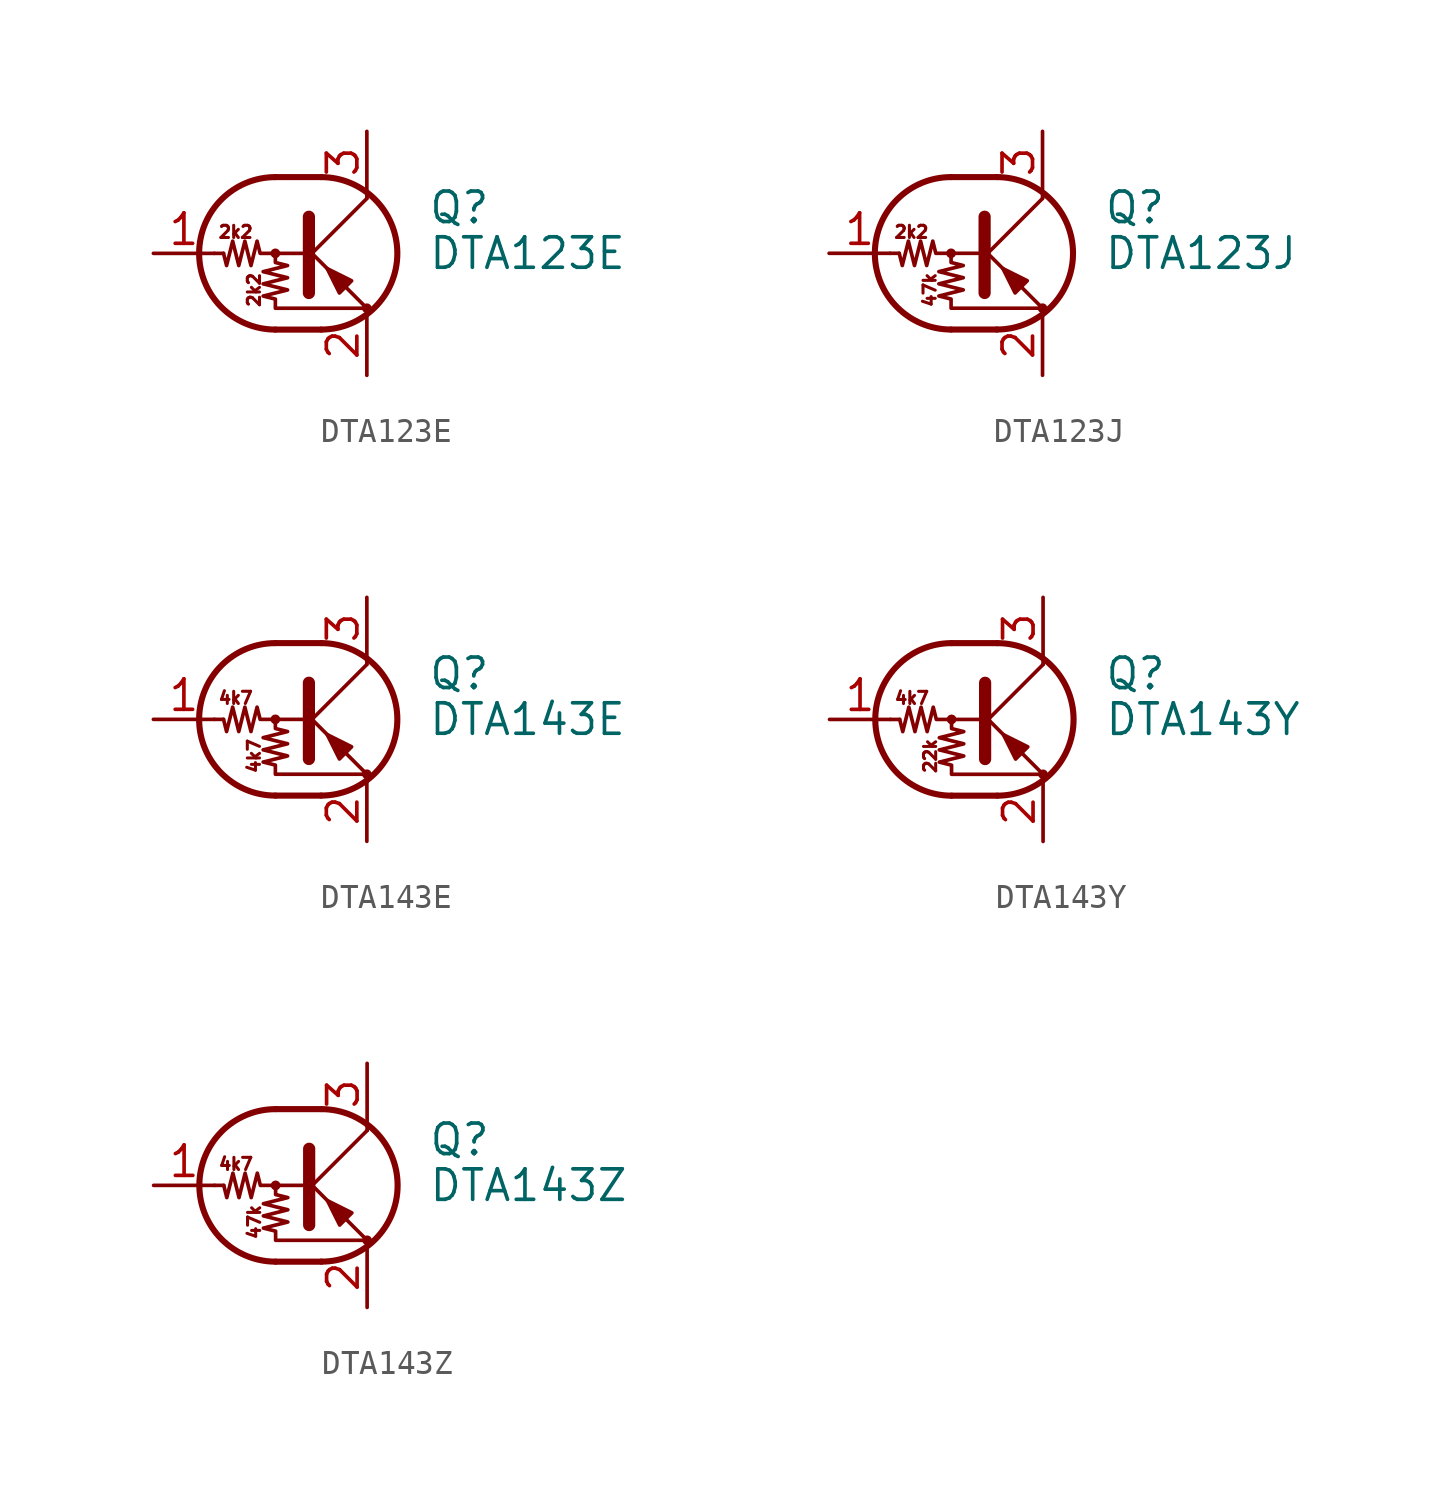
<source format=kicad_sym>
(kicad_symbol_lib
  (version 20211014)
  (generator kicad_symbol_editor)
  (symbol "DTA123E"
    (pin_names
      (offset 0) hide)
    (property "Reference" "Q"
      (at 5.08 1.905 0)
      (effects (font (size 1.27 1.27)) (justify left)))
    (property "Value" "DTA123E"
      (at 5.08 0 0)
      (effects (font (size 1.27 1.27)) (justify left)))
    (symbol "DTA123E_0_0"
      (text "2k2" (at -2.921 0.889 0) (effects (font (size 0.508 0.508))))
      (text "2k2" (at -2.159 -1.524 900) (effects (font (size 0.508 0.508)))))
    (symbol "DTA123E_0_1"
      (circle (center -1.27 0) (radius 0.127) (stroke (width 0) (type default) (color 0 0 0 0)) (fill (type none)))
      (arc (start -1.27 3.175) (mid -4.445 0) (end -1.27 -3.175) (stroke (width 0.254) (type default) (color 0 0 0 0)) (fill (type none)))
      (polyline (pts (xy -3.429 0) (xy -3.81 0)) (stroke (width 0) (type default) (color 0 0 0 0)) (fill (type none)))
      (polyline (pts (xy -1.27 -3.175) (xy 0.635 -3.175)) (stroke (width 0.254) (type default) (color 0 0 0 0)) (fill (type none)))
      (polyline (pts (xy -1.27 3.175) (xy 0.635 3.175)) (stroke (width 0.254) (type default) (color 0 0 0 0)) (fill (type none)))
      (polyline (pts (xy 0 -0.254) (xy 2.54 2.286)) (stroke (width 0) (type default) (color 0 0 0 0)) (fill (type none)))
      (polyline (pts (xy 0.127 1.524) (xy 0.127 -1.651)) (stroke (width 0.508) (type default) (color 0 0 0 0)) (fill (type outline)))
      (polyline (pts (xy 2.54 2.286) (xy 2.54 2.54)) (stroke (width 0) (type default) (color 0 0 0 0)) (fill (type none)))
      (polyline (pts (xy 2.54 -2.286) (xy 0 0.254) (xy 0 0.254)) (stroke (width 0) (type default) (color 0 0 0 0)) (fill (type none)))
      (polyline (pts (xy 1.397 -1.651) (xy 1.905 -1.143) (xy 0.889 -0.635) (xy 1.397 -1.651)) (stroke (width 0) (type default) (color 0 0 0 0)) (fill (type outline)))
      (polyline (pts (xy 0 0) (xy -1.905 0) (xy -2.032 0.508) (xy -2.286 -0.508) (xy -2.54 0.508) (xy -2.794 -0.508) (xy -3.048 0.508) (xy -3.302 -0.508) (xy -3.429 0)) (stroke (width 0) (type default) (color 0 0 0 0)) (fill (type none)))
      (polyline (pts (xy -1.27 0) (xy -1.27 -0.381) (xy -0.762 -0.508) (xy -1.778 -0.762) (xy -0.762 -1.016) (xy -1.778 -1.27) (xy -0.762 -1.524) (xy -1.778 -1.778) (xy -1.27 -1.905) (xy -1.27 -2.286) (xy 2.54 -2.286)) (stroke (width 0) (type default) (color 0 0 0 0)) (fill (type none)))
      (arc (start 0.635 -3.175) (mid 3.81 0) (end 0.635 3.175) (stroke (width 0.254) (type default) (color 0 0 0 0)) (fill (type none)))
      (circle (center 2.54 -2.286) (radius 0.127) (stroke (width 0) (type default) (color 0 0 0 0)) (fill (type none))))
    (symbol "DTA123E_1_1"
      (pin input line (at -6.35 0 0) (length 2.54) (name "B" (effects (font (size 1.27 1.27)))) (number "1" (effects (font (size 1.27 1.27)))))
      (pin passive line (at 2.54 -5.08 90) (length 2.54) (name "E" (effects (font (size 1.27 1.27)))) (number "2" (effects (font (size 1.27 1.27)))))
      (pin passive line (at 2.54 5.08 270) (length 2.54) (name "C" (effects (font (size 1.27 1.27)))) (number "3" (effects (font (size 1.27 1.27)))))))
  (symbol "DTA123J"
    (pin_names
      (offset 0) hide)
    (property "Reference" "Q"
      (at 5.08 1.905 0)
      (effects (font (size 1.27 1.27)) (justify left)))
    (property "Value" "DTA123J"
      (at 5.08 0 0)
      (effects (font (size 1.27 1.27)) (justify left)))
    (symbol "DTA123J_0_0"
      (text "2k2" (at -2.921 0.889 0) (effects (font (size 0.508 0.508))))
      (text "47k" (at -2.159 -1.524 900) (effects (font (size 0.508 0.508)))))
    (symbol "DTA123J_0_1"
      (circle (center -1.27 0) (radius 0.127) (stroke (width 0) (type default) (color 0 0 0 0)) (fill (type none)))
      (arc (start -1.27 3.175) (mid -4.445 0) (end -1.27 -3.175) (stroke (width 0.254) (type default) (color 0 0 0 0)) (fill (type none)))
      (polyline (pts (xy -3.429 0) (xy -3.81 0)) (stroke (width 0) (type default) (color 0 0 0 0)) (fill (type none)))
      (polyline (pts (xy -1.27 -3.175) (xy 0.635 -3.175)) (stroke (width 0.254) (type default) (color 0 0 0 0)) (fill (type none)))
      (polyline (pts (xy -1.27 3.175) (xy 0.635 3.175)) (stroke (width 0.254) (type default) (color 0 0 0 0)) (fill (type none)))
      (polyline (pts (xy 0 -0.254) (xy 2.54 2.286)) (stroke (width 0) (type default) (color 0 0 0 0)) (fill (type none)))
      (polyline (pts (xy 0.127 1.524) (xy 0.127 -1.651)) (stroke (width 0.508) (type default) (color 0 0 0 0)) (fill (type outline)))
      (polyline (pts (xy 2.54 2.286) (xy 2.54 2.54)) (stroke (width 0) (type default) (color 0 0 0 0)) (fill (type none)))
      (polyline (pts (xy 2.54 -2.286) (xy 0 0.254) (xy 0 0.254)) (stroke (width 0) (type default) (color 0 0 0 0)) (fill (type none)))
      (polyline (pts (xy 1.397 -1.651) (xy 1.905 -1.143) (xy 0.889 -0.635) (xy 1.397 -1.651)) (stroke (width 0) (type default) (color 0 0 0 0)) (fill (type outline)))
      (polyline (pts (xy 0 0) (xy -1.905 0) (xy -2.032 0.508) (xy -2.286 -0.508) (xy -2.54 0.508) (xy -2.794 -0.508) (xy -3.048 0.508) (xy -3.302 -0.508) (xy -3.429 0)) (stroke (width 0) (type default) (color 0 0 0 0)) (fill (type none)))
      (polyline (pts (xy -1.27 0) (xy -1.27 -0.381) (xy -0.762 -0.508) (xy -1.778 -0.762) (xy -0.762 -1.016) (xy -1.778 -1.27) (xy -0.762 -1.524) (xy -1.778 -1.778) (xy -1.27 -1.905) (xy -1.27 -2.286) (xy 2.54 -2.286)) (stroke (width 0) (type default) (color 0 0 0 0)) (fill (type none)))
      (arc (start 0.635 -3.175) (mid 3.81 0) (end 0.635 3.175) (stroke (width 0.254) (type default) (color 0 0 0 0)) (fill (type none)))
      (circle (center 2.54 -2.286) (radius 0.127) (stroke (width 0) (type default) (color 0 0 0 0)) (fill (type none))))
    (symbol "DTA123J_1_1"
      (pin input line (at -6.35 0 0) (length 2.54) (name "B" (effects (font (size 1.27 1.27)))) (number "1" (effects (font (size 1.27 1.27)))))
      (pin passive line (at 2.54 -5.08 90) (length 2.54) (name "E" (effects (font (size 1.27 1.27)))) (number "2" (effects (font (size 1.27 1.27)))))
      (pin passive line (at 2.54 5.08 270) (length 2.54) (name "C" (effects (font (size 1.27 1.27)))) (number "3" (effects (font (size 1.27 1.27)))))))
  (symbol "DTA143E"
    (pin_names
      (offset 0) hide)
    (property "Reference" "Q"
      (at 5.08 1.905 0)
      (effects (font (size 1.27 1.27)) (justify left)))
    (property "Value" "DTA143E"
      (at 5.08 0 0)
      (effects (font (size 1.27 1.27)) (justify left)))
    (symbol "DTA143E_0_0"
      (text "4k7" (at -2.921 0.889 0) (effects (font (size 0.508 0.508))))
      (text "4k7" (at -2.159 -1.524 900) (effects (font (size 0.508 0.508)))))
    (symbol "DTA143E_0_1"
      (circle (center -1.27 0) (radius 0.127) (stroke (width 0) (type default) (color 0 0 0 0)) (fill (type none)))
      (arc (start -1.27 3.175) (mid -4.445 0) (end -1.27 -3.175) (stroke (width 0.254) (type default) (color 0 0 0 0)) (fill (type none)))
      (polyline (pts (xy -3.429 0) (xy -3.81 0)) (stroke (width 0) (type default) (color 0 0 0 0)) (fill (type none)))
      (polyline (pts (xy -1.27 -3.175) (xy 0.635 -3.175)) (stroke (width 0.254) (type default) (color 0 0 0 0)) (fill (type none)))
      (polyline (pts (xy -1.27 3.175) (xy 0.635 3.175)) (stroke (width 0.254) (type default) (color 0 0 0 0)) (fill (type none)))
      (polyline (pts (xy 0 -0.254) (xy 2.54 2.286)) (stroke (width 0) (type default) (color 0 0 0 0)) (fill (type none)))
      (polyline (pts (xy 0.127 1.524) (xy 0.127 -1.651)) (stroke (width 0.508) (type default) (color 0 0 0 0)) (fill (type outline)))
      (polyline (pts (xy 2.54 2.286) (xy 2.54 2.54)) (stroke (width 0) (type default) (color 0 0 0 0)) (fill (type none)))
      (polyline (pts (xy 2.54 -2.286) (xy 0 0.254) (xy 0 0.254)) (stroke (width 0) (type default) (color 0 0 0 0)) (fill (type none)))
      (polyline (pts (xy 1.397 -1.651) (xy 1.905 -1.143) (xy 0.889 -0.635) (xy 1.397 -1.651)) (stroke (width 0) (type default) (color 0 0 0 0)) (fill (type outline)))
      (polyline (pts (xy 0 0) (xy -1.905 0) (xy -2.032 0.508) (xy -2.286 -0.508) (xy -2.54 0.508) (xy -2.794 -0.508) (xy -3.048 0.508) (xy -3.302 -0.508) (xy -3.429 0)) (stroke (width 0) (type default) (color 0 0 0 0)) (fill (type none)))
      (polyline (pts (xy -1.27 0) (xy -1.27 -0.381) (xy -0.762 -0.508) (xy -1.778 -0.762) (xy -0.762 -1.016) (xy -1.778 -1.27) (xy -0.762 -1.524) (xy -1.778 -1.778) (xy -1.27 -1.905) (xy -1.27 -2.286) (xy 2.54 -2.286)) (stroke (width 0) (type default) (color 0 0 0 0)) (fill (type none)))
      (arc (start 0.635 -3.175) (mid 3.81 0) (end 0.635 3.175) (stroke (width 0.254) (type default) (color 0 0 0 0)) (fill (type none)))
      (circle (center 2.54 -2.286) (radius 0.127) (stroke (width 0) (type default) (color 0 0 0 0)) (fill (type none))))
    (symbol "DTA143E_1_1"
      (pin input line (at -6.35 0 0) (length 2.54) (name "B" (effects (font (size 1.27 1.27)))) (number "1" (effects (font (size 1.27 1.27)))))
      (pin passive line (at 2.54 -5.08 90) (length 2.54) (name "E" (effects (font (size 1.27 1.27)))) (number "2" (effects (font (size 1.27 1.27)))))
      (pin passive line (at 2.54 5.08 270) (length 2.54) (name "C" (effects (font (size 1.27 1.27)))) (number "3" (effects (font (size 1.27 1.27)))))))
  (symbol "DTA143Y"
    (pin_names
      (offset 0) hide)
    (property "Reference" "Q"
      (at 5.08 1.905 0)
      (effects (font (size 1.27 1.27)) (justify left)))
    (property "Value" "DTA143Y"
      (at 5.08 0 0)
      (effects (font (size 1.27 1.27)) (justify left)))
    (symbol "DTA143Y_0_0"
      (text "22k" (at -2.159 -1.524 900) (effects (font (size 0.508 0.508))))
      (text "4k7" (at -2.921 0.889 0) (effects (font (size 0.508 0.508)))))
    (symbol "DTA143Y_0_1"
      (circle (center -1.27 0) (radius 0.127) (stroke (width 0) (type default) (color 0 0 0 0)) (fill (type none)))
      (arc (start -1.27 3.175) (mid -4.445 0) (end -1.27 -3.175) (stroke (width 0.254) (type default) (color 0 0 0 0)) (fill (type none)))
      (polyline (pts (xy -3.429 0) (xy -3.81 0)) (stroke (width 0) (type default) (color 0 0 0 0)) (fill (type none)))
      (polyline (pts (xy -1.27 -3.175) (xy 0.635 -3.175)) (stroke (width 0.254) (type default) (color 0 0 0 0)) (fill (type none)))
      (polyline (pts (xy -1.27 3.175) (xy 0.635 3.175)) (stroke (width 0.254) (type default) (color 0 0 0 0)) (fill (type none)))
      (polyline (pts (xy 0 -0.254) (xy 2.54 2.286)) (stroke (width 0) (type default) (color 0 0 0 0)) (fill (type none)))
      (polyline (pts (xy 0.127 1.524) (xy 0.127 -1.651)) (stroke (width 0.508) (type default) (color 0 0 0 0)) (fill (type outline)))
      (polyline (pts (xy 2.54 2.286) (xy 2.54 2.54)) (stroke (width 0) (type default) (color 0 0 0 0)) (fill (type none)))
      (polyline (pts (xy 2.54 -2.286) (xy 0 0.254) (xy 0 0.254)) (stroke (width 0) (type default) (color 0 0 0 0)) (fill (type none)))
      (polyline (pts (xy 1.397 -1.651) (xy 1.905 -1.143) (xy 0.889 -0.635) (xy 1.397 -1.651)) (stroke (width 0) (type default) (color 0 0 0 0)) (fill (type outline)))
      (polyline (pts (xy 0 0) (xy -1.905 0) (xy -2.032 0.508) (xy -2.286 -0.508) (xy -2.54 0.508) (xy -2.794 -0.508) (xy -3.048 0.508) (xy -3.302 -0.508) (xy -3.429 0)) (stroke (width 0) (type default) (color 0 0 0 0)) (fill (type none)))
      (polyline (pts (xy -1.27 0) (xy -1.27 -0.381) (xy -0.762 -0.508) (xy -1.778 -0.762) (xy -0.762 -1.016) (xy -1.778 -1.27) (xy -0.762 -1.524) (xy -1.778 -1.778) (xy -1.27 -1.905) (xy -1.27 -2.286) (xy 2.54 -2.286)) (stroke (width 0) (type default) (color 0 0 0 0)) (fill (type none)))
      (arc (start 0.635 -3.175) (mid 3.81 0) (end 0.635 3.175) (stroke (width 0.254) (type default) (color 0 0 0 0)) (fill (type none)))
      (circle (center 2.54 -2.286) (radius 0.127) (stroke (width 0) (type default) (color 0 0 0 0)) (fill (type none))))
    (symbol "DTA143Y_1_1"
      (pin input line (at -6.35 0 0) (length 2.54) (name "B" (effects (font (size 1.27 1.27)))) (number "1" (effects (font (size 1.27 1.27)))))
      (pin passive line (at 2.54 -5.08 90) (length 2.54) (name "E" (effects (font (size 1.27 1.27)))) (number "2" (effects (font (size 1.27 1.27)))))
      (pin passive line (at 2.54 5.08 270) (length 2.54) (name "C" (effects (font (size 1.27 1.27)))) (number "3" (effects (font (size 1.27 1.27)))))))
  (symbol "DTA143Z"
    (pin_names
      (offset 0) hide)
    (property "Reference" "Q"
      (at 5.08 1.905 0)
      (effects (font (size 1.27 1.27)) (justify left)))
    (property "Value" "DTA143Z"
      (at 5.08 0 0)
      (effects (font (size 1.27 1.27)) (justify left)))
    (symbol "DTA143Z_0_0"
      (text "47k" (at -2.159 -1.524 900) (effects (font (size 0.508 0.508))))
      (text "4k7" (at -2.921 0.889 0) (effects (font (size 0.508 0.508)))))
    (symbol "DTA143Z_0_1"
      (circle (center -1.27 0) (radius 0.127) (stroke (width 0) (type default) (color 0 0 0 0)) (fill (type none)))
      (arc (start -1.27 3.175) (mid -4.445 0) (end -1.27 -3.175) (stroke (width 0.254) (type default) (color 0 0 0 0)) (fill (type none)))
      (polyline (pts (xy -3.429 0) (xy -3.81 0)) (stroke (width 0) (type default) (color 0 0 0 0)) (fill (type none)))
      (polyline (pts (xy -1.27 -3.175) (xy 0.635 -3.175)) (stroke (width 0.254) (type default) (color 0 0 0 0)) (fill (type none)))
      (polyline (pts (xy -1.27 3.175) (xy 0.635 3.175)) (stroke (width 0.254) (type default) (color 0 0 0 0)) (fill (type none)))
      (polyline (pts (xy 0 -0.254) (xy 2.54 2.286)) (stroke (width 0) (type default) (color 0 0 0 0)) (fill (type none)))
      (polyline (pts (xy 0.127 1.524) (xy 0.127 -1.651)) (stroke (width 0.508) (type default) (color 0 0 0 0)) (fill (type outline)))
      (polyline (pts (xy 2.54 2.286) (xy 2.54 2.54)) (stroke (width 0) (type default) (color 0 0 0 0)) (fill (type none)))
      (polyline (pts (xy 2.54 -2.286) (xy 0 0.254) (xy 0 0.254)) (stroke (width 0) (type default) (color 0 0 0 0)) (fill (type none)))
      (polyline (pts (xy 1.397 -1.651) (xy 1.905 -1.143) (xy 0.889 -0.635) (xy 1.397 -1.651)) (stroke (width 0) (type default) (color 0 0 0 0)) (fill (type outline)))
      (polyline (pts (xy 0 0) (xy -1.905 0) (xy -2.032 0.508) (xy -2.286 -0.508) (xy -2.54 0.508) (xy -2.794 -0.508) (xy -3.048 0.508) (xy -3.302 -0.508) (xy -3.429 0)) (stroke (width 0) (type default) (color 0 0 0 0)) (fill (type none)))
      (polyline (pts (xy -1.27 0) (xy -1.27 -0.381) (xy -0.762 -0.508) (xy -1.778 -0.762) (xy -0.762 -1.016) (xy -1.778 -1.27) (xy -0.762 -1.524) (xy -1.778 -1.778) (xy -1.27 -1.905) (xy -1.27 -2.286) (xy 2.54 -2.286)) (stroke (width 0) (type default) (color 0 0 0 0)) (fill (type none)))
      (arc (start 0.635 -3.175) (mid 3.81 0) (end 0.635 3.175) (stroke (width 0.254) (type default) (color 0 0 0 0)) (fill (type none)))
      (circle (center 2.54 -2.286) (radius 0.127) (stroke (width 0) (type default) (color 0 0 0 0)) (fill (type none))))
    (symbol "DTA143Z_1_1"
      (pin input line (at -6.35 0 0) (length 2.54) (name "B" (effects (font (size 1.27 1.27)))) (number "1" (effects (font (size 1.27 1.27)))))
      (pin passive line (at 2.54 -5.08 90) (length 2.54) (name "E" (effects (font (size 1.27 1.27)))) (number "2" (effects (font (size 1.27 1.27)))))
      (pin passive line (at 2.54 5.08 270) (length 2.54) (name "C" (effects (font (size 1.27 1.27)))) (number "3" (effects (font (size 1.27 1.27))))))))
</source>
